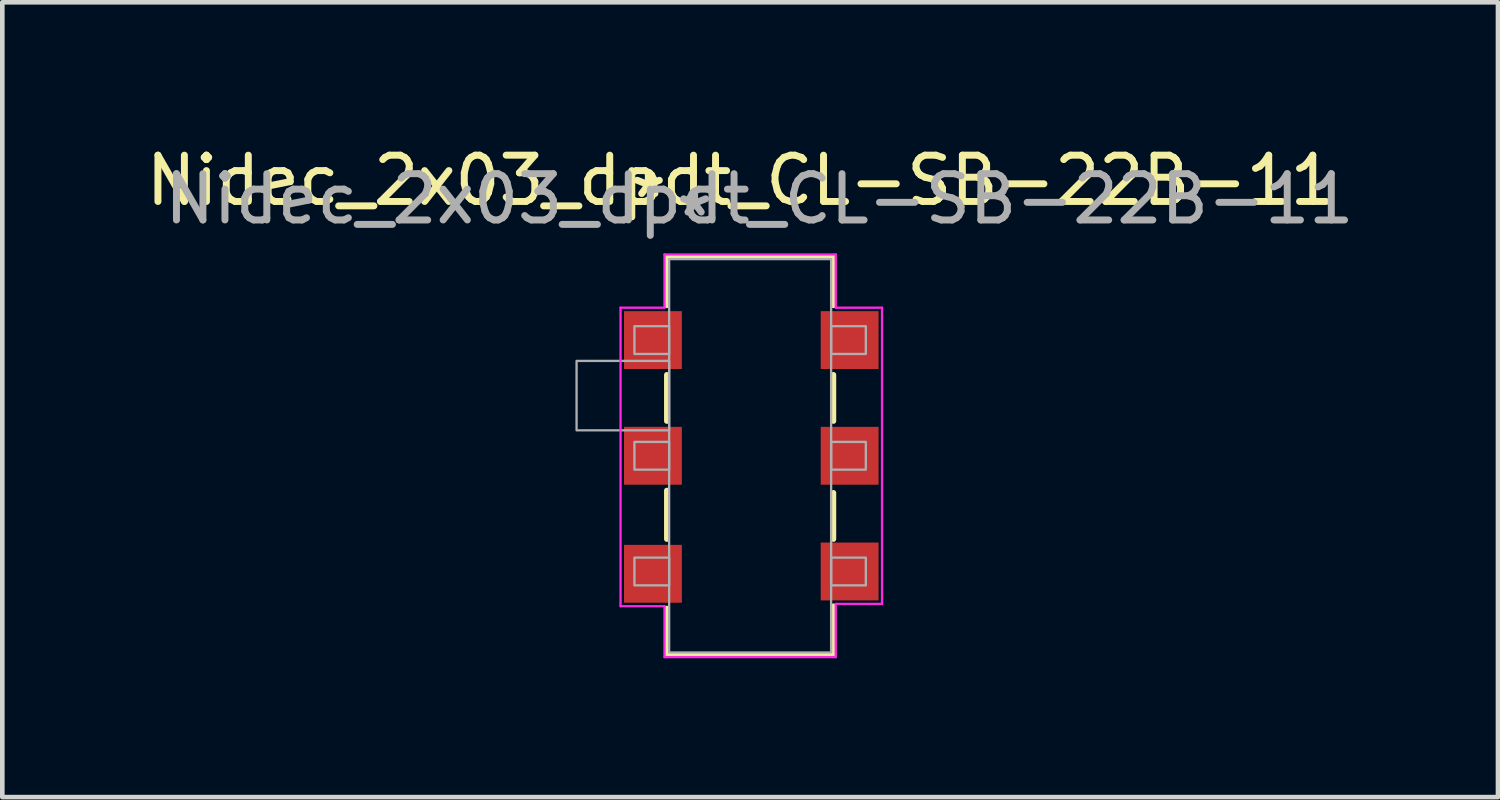
<source format=kicad_pcb>
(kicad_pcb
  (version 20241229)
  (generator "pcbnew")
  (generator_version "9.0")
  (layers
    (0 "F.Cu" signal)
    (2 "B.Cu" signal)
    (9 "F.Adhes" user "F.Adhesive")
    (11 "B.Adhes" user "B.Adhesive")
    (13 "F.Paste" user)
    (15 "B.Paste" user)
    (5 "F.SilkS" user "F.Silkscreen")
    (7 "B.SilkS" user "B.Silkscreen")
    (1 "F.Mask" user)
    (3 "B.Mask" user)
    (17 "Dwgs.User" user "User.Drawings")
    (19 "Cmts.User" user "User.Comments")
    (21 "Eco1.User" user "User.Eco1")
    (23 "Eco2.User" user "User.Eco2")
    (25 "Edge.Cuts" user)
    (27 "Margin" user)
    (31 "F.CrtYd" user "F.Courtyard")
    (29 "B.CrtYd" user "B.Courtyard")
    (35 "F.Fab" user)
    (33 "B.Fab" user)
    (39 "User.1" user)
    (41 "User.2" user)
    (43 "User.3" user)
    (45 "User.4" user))
  (footprint "Nidec_2x03_dpdt_CL-SB-22B-11"
    (layer "F.Cu")
    (at 13.208 6.798)
    (property "Reference" "Nidec_2x03_dpdt_CL-SB-22B-11" (at -0.25 -5.95 0) (unlocked yes) (layer "F.SilkS") (effects (font (size 1 1) (thickness 0.15))))
    (attr smd)
    (fp_line (start -1.85 -4.3) (end -1.85 -3.25) (stroke (width 0.12) (type solid)) (layer "F.SilkS"))
    (fp_line (start -1.85 -4.3) (end 1.75 -4.3) (stroke (width 0.12) (type solid)) (layer "F.SilkS"))
    (fp_line (start -1.85 -1.75) (end -1.85 -0.75) (stroke (width 0.12) (type solid)) (layer "F.SilkS"))
    (fp_line (start -1.85 0.75) (end -1.85 1.8) (stroke (width 0.12) (type solid)) (layer "F.SilkS"))
    (fp_line (start -1.85 3.3) (end -1.85 4.3) (stroke (width 0.12) (type solid)) (layer "F.SilkS"))
    (fp_line (start -1.85 4.3) (end 1.75 4.3) (stroke (width 0.12) (type solid)) (layer "F.SilkS"))
    (fp_line (start 1.75 -4.3) (end 1.75 -3.25) (stroke (width 0.12) (type solid)) (layer "F.SilkS"))
    (fp_line (start 1.75 -1.75) (end 1.75 -0.75) (stroke (width 0.12) (type solid)) (layer "F.SilkS"))
    (fp_line (start 1.75 0.8) (end 1.75 1.8) (stroke (width 0.12) (type solid)) (layer "F.SilkS"))
    (fp_line (start 1.75 4.3) (end 1.75 3.25) (stroke (width 0.12) (type solid)) (layer "F.SilkS"))
    (fp_line (start -2.85 -3.2) (end -1.9 -3.2) (stroke (width 0.05) (type solid)) (layer "F.CrtYd"))
    (fp_line (start -2.85 3.25) (end -2.85 -3.2) (stroke (width 0.05) (type solid)) (layer "F.CrtYd"))
    (fp_line (start -1.9 -4.35) (end 1.8 -4.35) (stroke (width 0.05) (type solid)) (layer "F.CrtYd"))
    (fp_line (start -1.9 -3.2) (end -1.9 -4.35) (stroke (width 0.05) (type solid)) (layer "F.CrtYd"))
    (fp_line (start -1.9 3.25) (end -2.85 3.25) (stroke (width 0.05) (type solid)) (layer "F.CrtYd"))
    (fp_line (start -1.9 4.35) (end -1.9 3.25) (stroke (width 0.05) (type solid)) (layer "F.CrtYd"))
    (fp_line (start 1.8 -4.35) (end 1.8 -3.2) (stroke (width 0.05) (type solid)) (layer "F.CrtYd"))
    (fp_line (start 1.8 -3.2) (end 2.8 -3.2) (stroke (width 0.05) (type solid)) (layer "F.CrtYd"))
    (fp_line (start 1.8 3.2) (end 1.8 4.35) (stroke (width 0.05) (type solid)) (layer "F.CrtYd"))
    (fp_line (start 1.8 4.35) (end -1.9 4.35) (stroke (width 0.05) (type solid)) (layer "F.CrtYd"))
    (fp_line (start 2.8 -3.2) (end 2.8 3.2) (stroke (width 0.05) (type solid)) (layer "F.CrtYd"))
    (fp_line (start 2.8 3.2) (end 1.8 3.2) (stroke (width 0.05) (type solid)) (layer "F.CrtYd"))
    (fp_rect (start -2.55 -2.8) (end -1.8 -2.2) (stroke (width 0.05) (type solid)) (fill no) (layer "F.Fab"))
    (fp_rect (start -2.55 -0.3) (end -1.8 0.3) (stroke (width 0.05) (type solid)) (fill no) (layer "F.Fab"))
    (fp_rect (start -2.55 2.2) (end -1.8 2.8) (stroke (width 0.05) (type solid)) (fill no) (layer "F.Fab"))
    (fp_rect (start -1.8 -4.25) (end 1.7 4.25) (stroke (width 0.05) (type solid)) (fill no) (layer "F.Fab"))
    (fp_rect (start -1.8 -2.05) (end -3.8 -0.55) (stroke (width 0.05) (type solid)) (fill no) (layer "F.Fab"))
    (fp_rect (start 1.7 -2.8) (end 2.45 -2.2) (stroke (width 0.05) (type solid)) (fill no) (layer "F.Fab"))
    (fp_rect (start 1.7 -0.3) (end 2.45 0.3) (stroke (width 0.05) (type solid)) (fill no) (layer "F.Fab"))
    (fp_rect (start 1.7 2.2) (end 2.45 2.8) (stroke (width 0.05) (type solid)) (fill no) (layer "F.Fab"))
    (fp_text user "*" (at -2.25 -5.55 0) (layer "F.SilkS") (effects (font (size 1 1) (thickness 0.15))))
    (fp_text user "*" (at -1.25 -5.15 0) (unlocked yes) (layer "F.Fab") (effects (font (size 1 1) (thickness 0.15))))
    (fp_text user "${REFERENCE}" (at 0.15 -5.55 0) (unlocked yes) (layer "F.Fab") (effects (font (size 1 1) (thickness 0.15))))
    (pad "1" smd rect (at -2.15 -2.5) (size 1.25 1.25) (layers "F.Cu" "F.Mask" "F.Paste"))
    (pad "2" smd rect (at -2.15 0) (size 1.25 1.25) (layers "F.Cu" "F.Mask" "F.Paste"))
    (pad "3" smd rect (at -2.15 2.55) (size 1.25 1.25) (layers "F.Cu" "F.Mask" "F.Paste"))
    (pad "4" smd rect (at 2.1 -2.5) (size 1.25 1.25) (layers "F.Cu" "F.Mask" "F.Paste"))
    (pad "5" smd rect (at 2.1 0) (size 1.25 1.25) (layers "F.Cu" "F.Mask" "F.Paste"))
    (pad "6" smd rect (at 2.1 2.5) (size 1.25 1.25) (layers "F.Cu" "F.Mask" "F.Paste")))
  (gr_rect
    (start -3 -3)
    (end 29.317 14.173)
    (stroke (width 0.1) (type default))
    (fill no)
    (layer "Edge.Cuts")))
</source>
